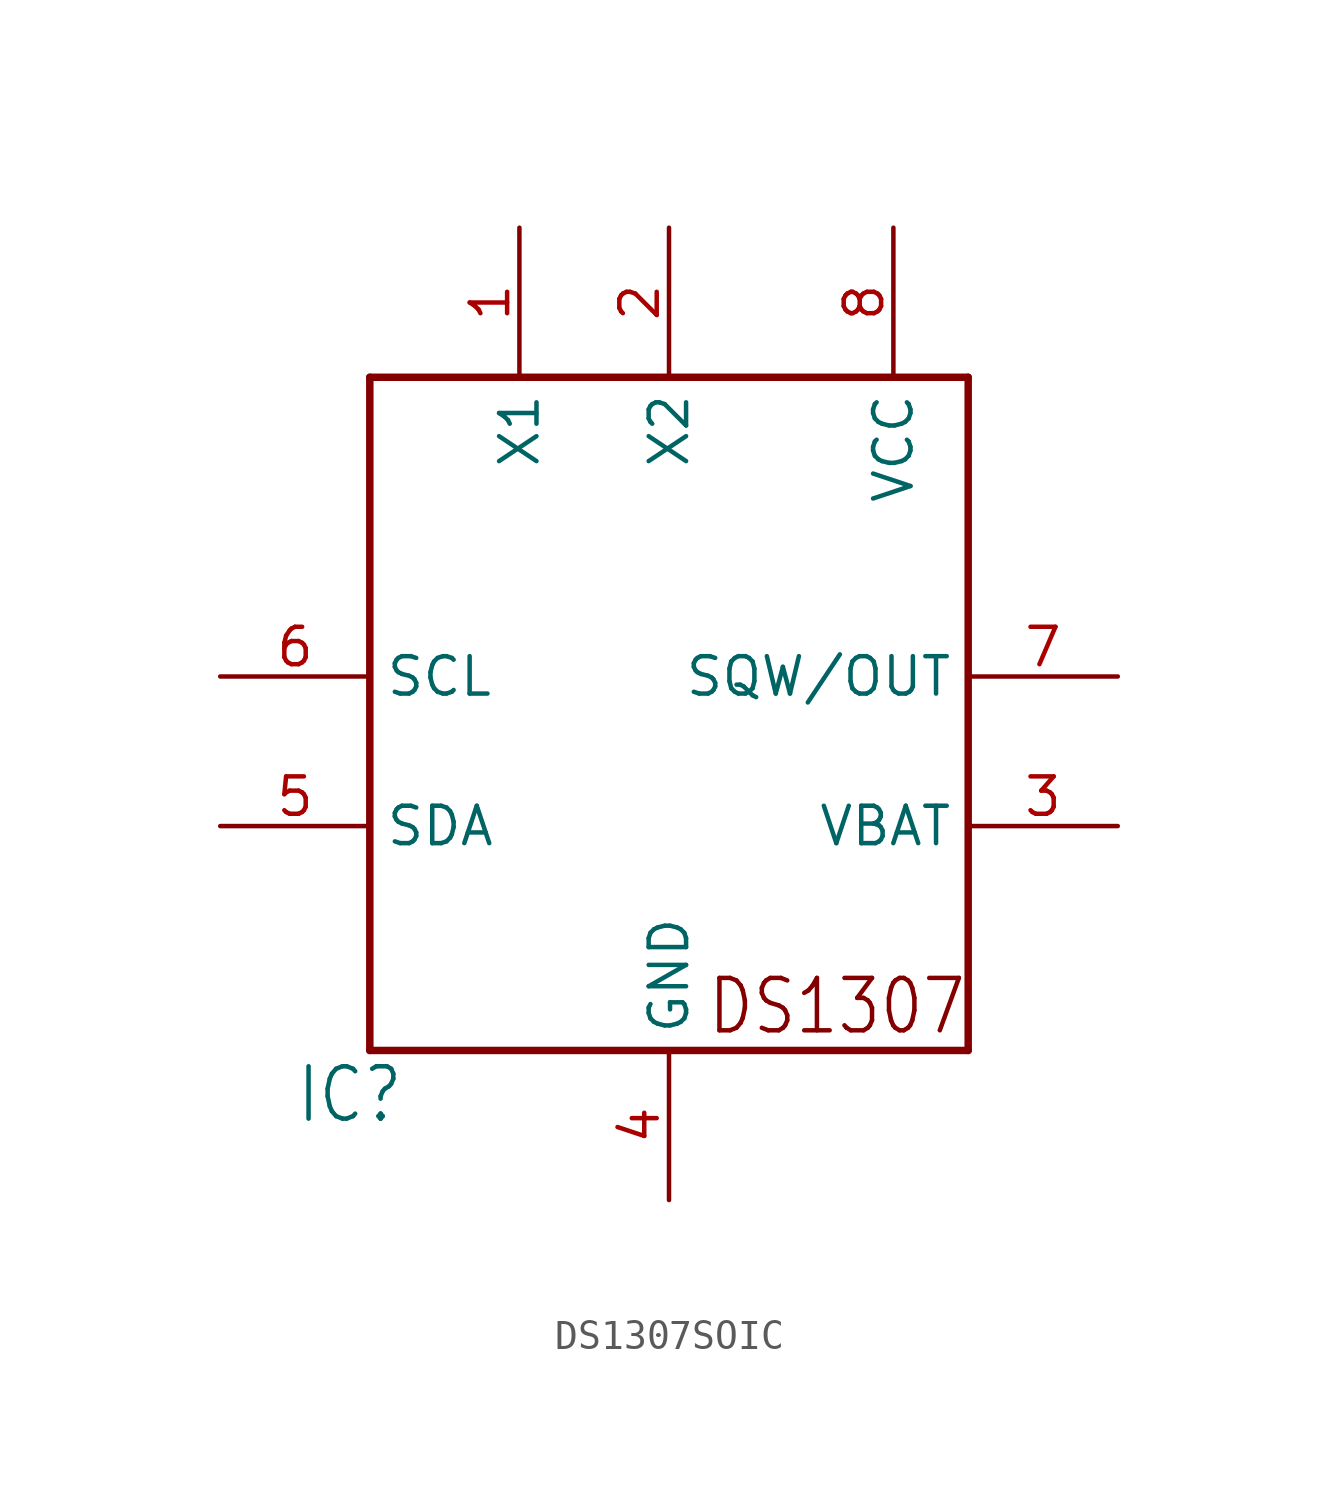
<source format=kicad_sym>
(kicad_symbol_lib
  (version 20211014)
  (generator kicad_symbol_editor)
  (symbol "DS1307SOIC"
    (property "Reference" "IC"
      (at -12.7 -12.7 0)
      (effects (font (size 1.778 1.511)) (justify left bottom)))
    (property "ki_locked" ""
      (at 0 0 0)
      (effects (font (size 1.27 1.27))))
    (symbol "DS1307SOIC_1_0"
      (polyline (pts (xy -10.16 -10.16) (xy -10.16 12.7)) (stroke (width 0.254) (type default) (color 0 0 0 0)) (fill (type none)))
      (polyline (pts (xy -10.16 12.7) (xy 10.16 12.7)) (stroke (width 0.254) (type default) (color 0 0 0 0)) (fill (type none)))
      (polyline (pts (xy 10.16 -10.16) (xy -10.16 -10.16)) (stroke (width 0.254) (type default) (color 0 0 0 0)) (fill (type none)))
      (polyline (pts (xy 10.16 12.7) (xy 10.16 -10.16)) (stroke (width 0.254) (type default) (color 0 0 0 0)) (fill (type none)))
      (text "DS1307" (at 10.16 -7.62 0) (effects (font (size 1.778 1.511)) (justify right top)))
      (pin passive line (at -5.08 17.78 270) (length 5.08) (name "X1" (effects (font (size 1.27 1.27)))) (number "1" (effects (font (size 1.27 1.27)))))
      (pin passive line (at 0 17.78 270) (length 5.08) (name "X2" (effects (font (size 1.27 1.27)))) (number "2" (effects (font (size 1.27 1.27)))))
      (pin power_in line (at 15.24 -2.54 180) (length 5.08) (name "VBAT" (effects (font (size 1.27 1.27)))) (number "3" (effects (font (size 1.27 1.27)))))
      (pin power_in line (at 0 -15.24 90) (length 5.08) (name "GND" (effects (font (size 1.27 1.27)))) (number "4" (effects (font (size 1.27 1.27)))))
      (pin bidirectional line (at -15.24 -2.54 0) (length 5.08) (name "SDA" (effects (font (size 1.27 1.27)))) (number "5" (effects (font (size 1.27 1.27)))))
      (pin bidirectional line (at -15.24 2.54 0) (length 5.08) (name "SCL" (effects (font (size 1.27 1.27)))) (number "6" (effects (font (size 1.27 1.27)))))
      (pin bidirectional line (at 15.24 2.54 180) (length 5.08) (name "SQW/OUT" (effects (font (size 1.27 1.27)))) (number "7" (effects (font (size 1.27 1.27)))))
      (pin power_in line (at 7.62 17.78 270) (length 5.08) (name "VCC" (effects (font (size 1.27 1.27)))) (number "8" (effects (font (size 1.27 1.27))))))))
</source>
